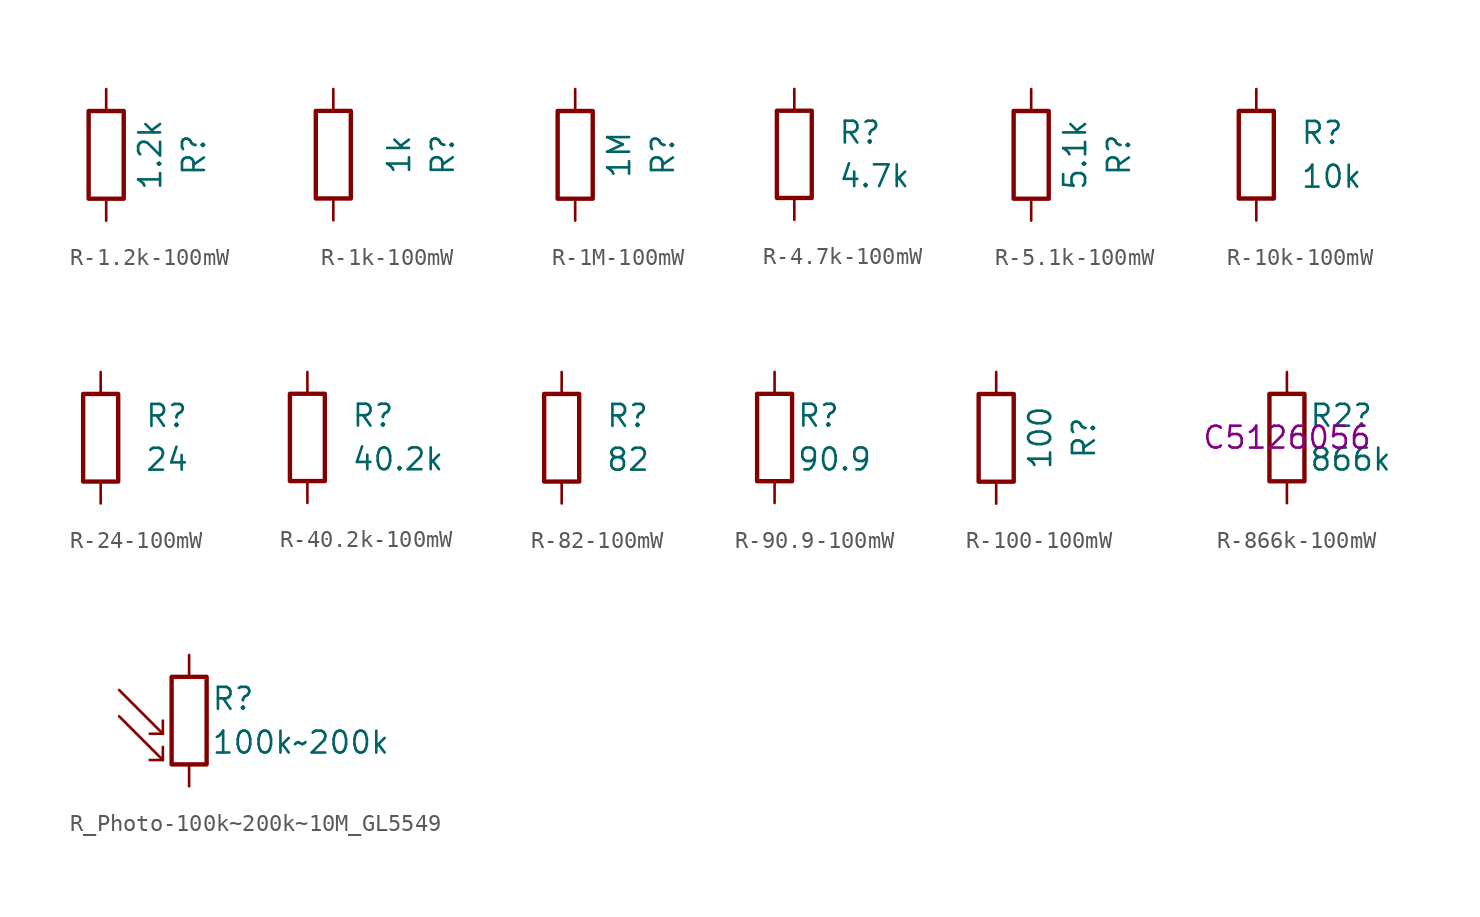
<source format=kicad_sym>
(kicad_symbol_lib
  (version 20220914)
  (generator kicad_symbol_editor)
  (symbol "R-1.2k-100mW"
    (pin_numbers hide)
    (pin_names
      (offset 0))
    (property "Reference" "R"
      (at 5.08 0 90)
      (effects (font (size 1.27 1.27))))
    (property "Value" "1.2k"
      (at 2.54 0 90)
      (effects (font (size 1.27 1.27))))
    (symbol "R-1.2k-100mW_0_1"
      (rectangle (start -1.016 -2.54) (end 1.016 2.54) (stroke (width 0.254) (type default)) (fill (type none))))
    (symbol "R-1.2k-100mW_1_1"
      (pin passive line (at 0 3.81 270) (length 1.27) (name "~" (effects (font (size 1.27 1.27)))) (number "1" (effects (font (size 1.27 1.27)))))
      (pin passive line (at 0 -3.81 90) (length 1.27) (name "~" (effects (font (size 1.27 1.27)))) (number "2" (effects (font (size 1.27 1.27)))))))
  (symbol "R-1k-100mW"
    (pin_numbers hide)
    (pin_names
      (offset 0))
    (property "Reference" "R"
      (at 6.35 0 90)
      (effects (font (size 1.27 1.27))))
    (property "Value" "1k"
      (at 3.81 0 90)
      (effects (font (size 1.27 1.27))))
    (symbol "R-1k-100mW_0_1"
      (rectangle (start -1.016 -2.54) (end 1.016 2.54) (stroke (width 0.254) (type default)) (fill (type none))))
    (symbol "R-1k-100mW_1_1"
      (pin passive line (at 0 3.81 270) (length 1.27) (name "~" (effects (font (size 1.27 1.27)))) (number "1" (effects (font (size 1.27 1.27)))))
      (pin passive line (at 0 -3.81 90) (length 1.27) (name "~" (effects (font (size 1.27 1.27)))) (number "2" (effects (font (size 1.27 1.27)))))))
  (symbol "R-1M-100mW"
    (pin_numbers hide)
    (pin_names
      (offset 0))
    (property "Reference" "R"
      (at 5.08 0 90)
      (effects (font (size 1.27 1.27))))
    (property "Value" "1M"
      (at 2.54 0 90)
      (effects (font (size 1.27 1.27))))
    (symbol "R-1M-100mW_0_1"
      (rectangle (start -1.016 -2.54) (end 1.016 2.54) (stroke (width 0.254) (type default)) (fill (type none))))
    (symbol "R-1M-100mW_1_1"
      (pin passive line (at 0 3.81 270) (length 1.27) (name "~" (effects (font (size 1.27 1.27)))) (number "1" (effects (font (size 1.27 1.27)))))
      (pin passive line (at 0 -3.81 90) (length 1.27) (name "~" (effects (font (size 1.27 1.27)))) (number "2" (effects (font (size 1.27 1.27)))))))
  (symbol "R-4.7k-100mW"
    (pin_numbers hide)
    (pin_names
      (offset 0))
    (property "Reference" "R"
      (at 2.54 1.27 0)
      (effects (font (size 1.27 1.27)) (justify left)))
    (property "Value" "4.7k"
      (at 2.54 -1.27 0)
      (effects (font (size 1.27 1.27)) (justify left)))
    (symbol "R-4.7k-100mW_0_1"
      (rectangle (start -1.016 -2.54) (end 1.016 2.54) (stroke (width 0.254) (type default)) (fill (type none))))
    (symbol "R-4.7k-100mW_1_1"
      (pin passive line (at 0 3.81 270) (length 1.27) (name "~" (effects (font (size 1.27 1.27)))) (number "1" (effects (font (size 1.27 1.27)))))
      (pin passive line (at 0 -3.81 90) (length 1.27) (name "~" (effects (font (size 1.27 1.27)))) (number "2" (effects (font (size 1.27 1.27)))))))
  (symbol "R-5.1k-100mW"
    (pin_numbers hide)
    (pin_names
      (offset 0))
    (property "Reference" "R"
      (at 5.08 0 90)
      (effects (font (size 1.27 1.27))))
    (property "Value" "5.1k"
      (at 2.54 0 90)
      (effects (font (size 1.27 1.27))))
    (symbol "R-5.1k-100mW_0_1"
      (rectangle (start -1.016 -2.54) (end 1.016 2.54) (stroke (width 0.254) (type default)) (fill (type none))))
    (symbol "R-5.1k-100mW_1_1"
      (pin passive line (at 0 3.81 270) (length 1.27) (name "~" (effects (font (size 1.27 1.27)))) (number "1" (effects (font (size 1.27 1.27)))))
      (pin passive line (at 0 -3.81 90) (length 1.27) (name "~" (effects (font (size 1.27 1.27)))) (number "2" (effects (font (size 1.27 1.27)))))))
  (symbol "R-10k-100mW"
    (pin_numbers hide)
    (pin_names
      (offset 0))
    (property "Reference" "R"
      (at 2.54 1.27 0)
      (effects (font (size 1.27 1.27)) (justify left)))
    (property "Value" "10k"
      (at 2.54 -1.27 0)
      (effects (font (size 1.27 1.27)) (justify left)))
    (symbol "R-10k-100mW_0_1"
      (rectangle (start -1.016 -2.54) (end 1.016 2.54) (stroke (width 0.254) (type default)) (fill (type none))))
    (symbol "R-10k-100mW_1_1"
      (pin passive line (at 0 3.81 270) (length 1.27) (name "~" (effects (font (size 1.27 1.27)))) (number "1" (effects (font (size 1.27 1.27)))))
      (pin passive line (at 0 -3.81 90) (length 1.27) (name "~" (effects (font (size 1.27 1.27)))) (number "2" (effects (font (size 1.27 1.27)))))))
  (symbol "R-24-100mW"
    (pin_numbers hide)
    (pin_names
      (offset 0))
    (property "Reference" "R"
      (at 2.54 1.27 0)
      (effects (font (size 1.27 1.27)) (justify left)))
    (property "Value" "24"
      (at 2.54 -1.27 0)
      (effects (font (size 1.27 1.27)) (justify left)))
    (symbol "R-24-100mW_0_1"
      (rectangle (start -1.016 -2.54) (end 1.016 2.54) (stroke (width 0.254) (type default)) (fill (type none))))
    (symbol "R-24-100mW_1_1"
      (pin passive line (at 0 3.81 270) (length 1.27) (name "~" (effects (font (size 1.27 1.27)))) (number "1" (effects (font (size 1.27 1.27)))))
      (pin passive line (at 0 -3.81 90) (length 1.27) (name "~" (effects (font (size 1.27 1.27)))) (number "2" (effects (font (size 1.27 1.27)))))))
  (symbol "R-40.2k-100mW"
    (pin_numbers hide)
    (pin_names
      (offset 0))
    (property "Reference" "R"
      (at 2.54 1.27 0)
      (effects (font (size 1.27 1.27)) (justify left)))
    (property "Value" "40.2k"
      (at 2.54 -1.27 0)
      (effects (font (size 1.27 1.27)) (justify left)))
    (symbol "R-40.2k-100mW_0_1"
      (rectangle (start -1.016 -2.54) (end 1.016 2.54) (stroke (width 0.254) (type default)) (fill (type none))))
    (symbol "R-40.2k-100mW_1_1"
      (pin passive line (at 0 3.81 270) (length 1.27) (name "~" (effects (font (size 1.27 1.27)))) (number "1" (effects (font (size 1.27 1.27)))))
      (pin passive line (at 0 -3.81 90) (length 1.27) (name "~" (effects (font (size 1.27 1.27)))) (number "2" (effects (font (size 1.27 1.27)))))))
  (symbol "R-82-100mW"
    (pin_numbers hide)
    (pin_names
      (offset 0))
    (property "Reference" "R"
      (at 2.54 1.27 0)
      (effects (font (size 1.27 1.27)) (justify left)))
    (property "Value" "82"
      (at 2.54 -1.27 0)
      (effects (font (size 1.27 1.27)) (justify left)))
    (symbol "R-82-100mW_0_1"
      (rectangle (start -1.016 -2.54) (end 1.016 2.54) (stroke (width 0.254) (type default)) (fill (type none))))
    (symbol "R-82-100mW_1_1"
      (pin passive line (at 0 3.81 270) (length 1.27) (name "~" (effects (font (size 1.27 1.27)))) (number "1" (effects (font (size 1.27 1.27)))))
      (pin passive line (at 0 -3.81 90) (length 1.27) (name "~" (effects (font (size 1.27 1.27)))) (number "2" (effects (font (size 1.27 1.27)))))))
  (symbol "R-90.9-100mW"
    (pin_numbers hide)
    (pin_names
      (offset 0))
    (property "Reference" "R"
      (at 1.27 1.27 0)
      (effects (font (size 1.27 1.27)) (justify left)))
    (property "Value" "90.9"
      (at 1.27 -1.27 0)
      (effects (font (size 1.27 1.27)) (justify left)))
    (symbol "R-90.9-100mW_0_1"
      (rectangle (start -1.016 -2.54) (end 1.016 2.54) (stroke (width 0.254) (type default)) (fill (type none))))
    (symbol "R-90.9-100mW_1_1"
      (pin passive line (at 0 3.81 270) (length 1.27) (name "~" (effects (font (size 1.27 1.27)))) (number "1" (effects (font (size 1.27 1.27)))))
      (pin passive line (at 0 -3.81 90) (length 1.27) (name "~" (effects (font (size 1.27 1.27)))) (number "2" (effects (font (size 1.27 1.27)))))))
  (symbol "R-100-100mW"
    (pin_numbers hide)
    (pin_names
      (offset 0))
    (property "Reference" "R"
      (at 5.08 0 90)
      (effects (font (size 1.27 1.27))))
    (property "Value" "100"
      (at 2.54 0 90)
      (effects (font (size 1.27 1.27))))
    (symbol "R-100-100mW_0_1"
      (rectangle (start -1.016 -2.54) (end 1.016 2.54) (stroke (width 0.254) (type default)) (fill (type none))))
    (symbol "R-100-100mW_1_1"
      (pin passive line (at 0 3.81 270) (length 1.27) (name "~" (effects (font (size 1.27 1.27)))) (number "1" (effects (font (size 1.27 1.27)))))
      (pin passive line (at 0 -3.81 90) (length 1.27) (name "~" (effects (font (size 1.27 1.27)))) (number "2" (effects (font (size 1.27 1.27)))))))
  (symbol "R-866k-100mW"
    (pin_numbers hide)
    (pin_names
      (offset 0))
    (property "Reference" "R2"
      (at 1.27 1.27 0)
      (effects (font (size 1.27 1.27)) (justify left)))
    (property "Value" "866k"
      (at 1.27 -1.27 0)
      (effects (font (size 1.27 1.27)) (justify left)))
    (property "LCSC" "C5126056"
      (at 0 0 0)
      (effects (font (size 1.27 1.27))))
    (symbol "R-866k-100mW_0_1"
      (rectangle (start -1.016 -2.54) (end 1.016 2.54) (stroke (width 0.254) (type default)) (fill (type none))))
    (symbol "R-866k-100mW_1_1"
      (pin passive line (at 0 3.81 270) (length 1.27) (name "~" (effects (font (size 1.27 1.27)))) (number "1" (effects (font (size 1.27 1.27)))))
      (pin passive line (at 0 -3.81 90) (length 1.27) (name "~" (effects (font (size 1.27 1.27)))) (number "2" (effects (font (size 1.27 1.27)))))))
  (symbol "R_Photo-100k~200k~10M_GL5549"
    (pin_numbers hide)
    (pin_names
      (offset 0))
    (property "Reference" "R"
      (at 1.27 1.27 0)
      (effects (font (size 1.27 1.27)) (justify left)))
    (property "Value" "100k~200k"
      (at 1.27 -1.27 0)
      (effects (font (size 1.27 1.27)) (justify left)))
    (symbol "R_Photo-100k~200k~10M_GL5549_0_1"
      (rectangle (start -1.016 2.54) (end 1.016 -2.54) (stroke (width 0.254) (type default)) (fill (type none)))
      (polyline (pts (xy -1.524 -2.286) (xy -4.064 0.254)) (stroke (width 0) (type default)) (fill (type none)))
      (polyline (pts (xy -1.524 -2.286) (xy -2.286 -2.286)) (stroke (width 0) (type default)) (fill (type none)))
      (polyline (pts (xy -1.524 -2.286) (xy -1.524 -1.524)) (stroke (width 0) (type default)) (fill (type none)))
      (polyline (pts (xy -1.524 -0.762) (xy -4.064 1.778)) (stroke (width 0) (type default)) (fill (type none)))
      (polyline (pts (xy -1.524 -0.762) (xy -2.286 -0.762)) (stroke (width 0) (type default)) (fill (type none)))
      (polyline (pts (xy -1.524 -0.762) (xy -1.524 0)) (stroke (width 0) (type default)) (fill (type none))))
    (symbol "R_Photo-100k~200k~10M_GL5549_1_1"
      (pin passive line (at 0 3.81 270) (length 1.27) (name "~" (effects (font (size 1.27 1.27)))) (number "1" (effects (font (size 1.27 1.27)))))
      (pin passive line (at 0 -3.81 90) (length 1.27) (name "~" (effects (font (size 1.27 1.27)))) (number "2" (effects (font (size 1.27 1.27))))))))
</source>
